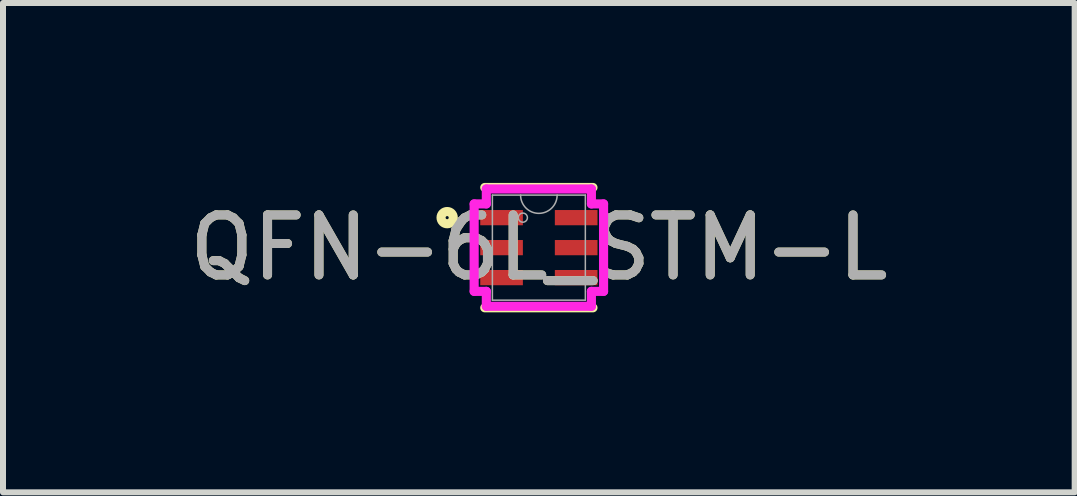
<source format=kicad_pcb>
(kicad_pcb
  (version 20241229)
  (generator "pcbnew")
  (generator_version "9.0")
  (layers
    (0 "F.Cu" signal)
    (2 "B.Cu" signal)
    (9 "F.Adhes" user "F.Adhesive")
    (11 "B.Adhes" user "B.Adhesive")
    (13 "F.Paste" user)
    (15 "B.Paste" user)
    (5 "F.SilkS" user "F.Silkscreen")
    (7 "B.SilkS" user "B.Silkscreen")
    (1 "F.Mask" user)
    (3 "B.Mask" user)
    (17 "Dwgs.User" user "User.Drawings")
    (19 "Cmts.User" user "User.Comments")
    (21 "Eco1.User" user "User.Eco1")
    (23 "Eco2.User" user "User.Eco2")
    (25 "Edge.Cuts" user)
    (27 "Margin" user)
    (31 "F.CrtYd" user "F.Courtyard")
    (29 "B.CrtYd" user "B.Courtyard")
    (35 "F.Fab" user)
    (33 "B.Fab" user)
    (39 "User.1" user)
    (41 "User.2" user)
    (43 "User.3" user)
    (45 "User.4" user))
  (footprint "QFN-6L_STM-L"
    (layer "F.Cu")
    (at 5.935 1.079)
    (property "Reference" "QFN-6L_STM-L" (at 0 0 0) (unlocked yes) (layer "F.SilkS") (effects (font (size 1 1) (thickness 0.15))))
    (attr smd)
    (fp_line (start -0.902 1.003) (end 0.902 1.003) (stroke (width 0.152) (type solid)) (layer "F.SilkS"))
    (fp_line (start 0.902 -1.003) (end -0.902 -1.003) (stroke (width 0.152) (type solid)) (layer "F.SilkS"))
    (fp_circle (center -1.529 -0.5) (end -1.427 -0.5) (stroke (width 0.152) (type solid)) (fill no) (layer "F.SilkS"))
    (fp_line (start -1.079 -0.729) (end -0.876 -0.729) (stroke (width 0.152) (type solid)) (layer "F.CrtYd"))
    (fp_line (start -1.079 0.729) (end -1.079 -0.729) (stroke (width 0.152) (type solid)) (layer "F.CrtYd"))
    (fp_line (start -1.079 0.729) (end -0.876 0.729) (stroke (width 0.152) (type solid)) (layer "F.CrtYd"))
    (fp_line (start -0.876 -0.978) (end 0.876 -0.978) (stroke (width 0.152) (type solid)) (layer "F.CrtYd"))
    (fp_line (start -0.876 -0.729) (end -0.876 -0.978) (stroke (width 0.152) (type solid)) (layer "F.CrtYd"))
    (fp_line (start -0.876 0.978) (end -0.876 0.729) (stroke (width 0.152) (type solid)) (layer "F.CrtYd"))
    (fp_line (start 0.876 -0.978) (end 0.876 -0.729) (stroke (width 0.152) (type solid)) (layer "F.CrtYd"))
    (fp_line (start 0.876 0.729) (end 0.876 0.978) (stroke (width 0.152) (type solid)) (layer "F.CrtYd"))
    (fp_line (start 0.876 0.978) (end -0.876 0.978) (stroke (width 0.152) (type solid)) (layer "F.CrtYd"))
    (fp_line (start 1.079 -0.729) (end 0.876 -0.729) (stroke (width 0.152) (type solid)) (layer "F.CrtYd"))
    (fp_line (start 1.079 -0.729) (end 1.079 0.729) (stroke (width 0.152) (type solid)) (layer "F.CrtYd"))
    (fp_line (start 1.079 0.729) (end 0.876 0.729) (stroke (width 0.152) (type solid)) (layer "F.CrtYd"))
    (fp_line (start -0.775 -0.876) (end -0.775 0.876) (stroke (width 0.025) (type solid)) (layer "F.Fab"))
    (fp_line (start -0.775 0.876) (end 0.775 0.876) (stroke (width 0.025) (type solid)) (layer "F.Fab"))
    (fp_line (start 0.775 -0.876) (end -0.775 -0.876) (stroke (width 0.025) (type solid)) (layer "F.Fab"))
    (fp_line (start 0.775 0.876) (end 0.775 -0.876) (stroke (width 0.025) (type solid)) (layer "F.Fab"))
    (fp_arc (start 0.3048 -0.8763) (mid 0 -0.5715) (end -0.3048 -0.8763) (stroke (width 0.0254) (type solid)) (layer "F.Fab"))
    (fp_circle (center -0.267 -0.5) (end -0.191 -0.5) (stroke (width 0.025) (type solid)) (fill no) (layer "F.Fab"))
    (fp_text user "${REFERENCE}" (at 0 0 0) (unlocked yes) (layer "F.Fab") (effects (font (size 1 1) (thickness 0.15))))
    (pad "1" smd rect (at -0.622 -0.5) (size 0.711 0.254) (layers "F.Cu" "F.Mask" "F.Paste"))
    (pad "2" smd rect (at -0.622 0) (size 0.711 0.254) (layers "F.Cu" "F.Mask" "F.Paste"))
    (pad "3" smd rect (at -0.622 0.5) (size 0.711 0.254) (layers "F.Cu" "F.Mask" "F.Paste"))
    (pad "4" smd rect (at 0.622 0.5) (size 0.711 0.254) (layers "F.Cu" "F.Mask" "F.Paste"))
    (pad "5" smd rect (at 0.622 0) (size 0.711 0.254) (layers "F.Cu" "F.Mask" "F.Paste"))
    (pad "6" smd rect (at 0.622 -0.5) (size 0.711 0.254) (layers "F.Cu" "F.Mask" "F.Paste")))
  (gr_rect
    (start -3 -3)
    (end 14.869 5.159)
    (stroke (width 0.1) (type default))
    (fill no)
    (layer "Edge.Cuts")))
</source>
